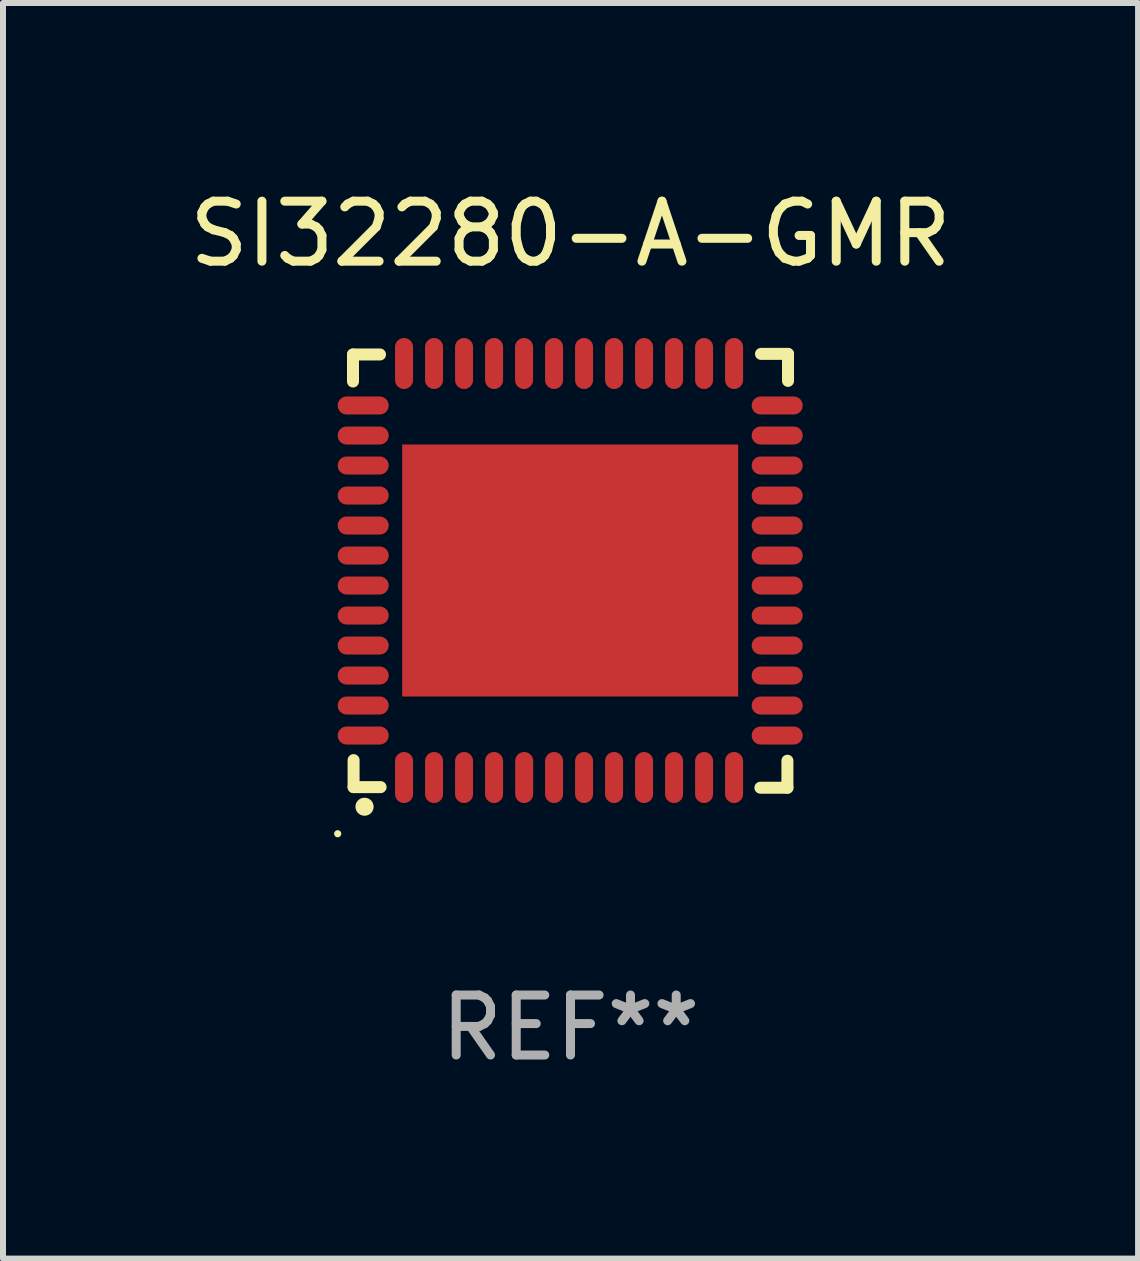
<source format=kicad_pcb>
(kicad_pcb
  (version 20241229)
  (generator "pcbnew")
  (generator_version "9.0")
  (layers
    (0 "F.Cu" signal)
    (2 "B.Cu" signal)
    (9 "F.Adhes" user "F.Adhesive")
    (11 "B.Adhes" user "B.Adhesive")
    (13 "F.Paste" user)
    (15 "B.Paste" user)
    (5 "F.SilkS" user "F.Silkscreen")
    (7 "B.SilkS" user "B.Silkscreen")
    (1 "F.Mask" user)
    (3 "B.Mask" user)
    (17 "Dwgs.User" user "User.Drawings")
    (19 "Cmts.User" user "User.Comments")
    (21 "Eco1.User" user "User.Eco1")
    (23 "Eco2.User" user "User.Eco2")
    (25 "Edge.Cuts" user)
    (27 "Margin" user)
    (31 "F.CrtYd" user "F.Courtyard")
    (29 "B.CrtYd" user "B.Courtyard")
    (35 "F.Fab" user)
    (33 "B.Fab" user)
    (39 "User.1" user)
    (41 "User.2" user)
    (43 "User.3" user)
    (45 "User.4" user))
  (footprint "SI32280-A-GMR"
    (layer "F.Cu")
    (at 6.458 6.463)
    (property "Reference" "SI32280-A-GMR" (at 0 -5.615 0) (layer "F.SilkS") (effects (font (size 1 1) (thickness 0.15))))
    (attr through_hole)
    (fp_line (start -3.625 -3.605) (end -3.175 -3.605) (stroke (width 0.2) (type solid)) (layer "F.SilkS"))
    (fp_line (start -3.625 -3.155) (end -3.625 -3.605) (stroke (width 0.2) (type solid)) (layer "F.SilkS"))
    (fp_line (start -3.615 3.605) (end -3.615 3.155) (stroke (width 0.2) (type solid)) (layer "F.SilkS"))
    (fp_line (start -3.165 3.605) (end -3.615 3.605) (stroke (width 0.2) (type solid)) (layer "F.SilkS"))
    (fp_line (start 3.165 3.615) (end 3.615 3.615) (stroke (width 0.2) (type solid)) (layer "F.SilkS"))
    (fp_line (start 3.615 3.615) (end 3.615 3.165) (stroke (width 0.2) (type solid)) (layer "F.SilkS"))
    (fp_line (start 3.625 -3.615) (end 3.175 -3.615) (stroke (width 0.2) (type solid)) (layer "F.SilkS"))
    (fp_line (start 3.625 -3.165) (end 3.625 -3.615) (stroke (width 0.2) (type solid)) (layer "F.SilkS"))
    (fp_arc (start -3.434011 3.931928) (mid -3.432741 3.931923) (end -3.431471 3.931928) (stroke (width 0.3) (type solid)) (layer "F.SilkS"))
    (fp_circle (center -3.88 4.382) (end -3.85 4.382) (stroke (width 0.06) (type solid)) (fill no) (layer "F.SilkS"))
    (fp_text user "REF**" (at 0 7.615 0) (layer "F.Fab") (effects (font (size 1 1) (thickness 0.15))))
    (pad "1" smd oval (at -2.774 3.445 180) (size 0.3 0.85) (layers "F.Cu" "F.Mask" "F.Paste"))
    (pad "2" smd oval (at -2.274 3.445 180) (size 0.3 0.85) (layers "F.Cu" "F.Mask" "F.Paste"))
    (pad "3" smd oval (at -1.774 3.445 180) (size 0.3 0.85) (layers "F.Cu" "F.Mask" "F.Paste"))
    (pad "4" smd oval (at -1.274 3.445 180) (size 0.3 0.85) (layers "F.Cu" "F.Mask" "F.Paste"))
    (pad "5" smd oval (at -0.772 3.445 180) (size 0.3 0.85) (layers "F.Cu" "F.Mask" "F.Paste"))
    (pad "6" smd oval (at -0.274 3.445 180) (size 0.3 0.85) (layers "F.Cu" "F.Mask" "F.Paste"))
    (pad "7" smd oval (at 0.226 3.445 180) (size 0.3 0.85) (layers "F.Cu" "F.Mask" "F.Paste"))
    (pad "8" smd oval (at 0.726 3.445 180) (size 0.3 0.85) (layers "F.Cu" "F.Mask" "F.Paste"))
    (pad "9" smd oval (at 1.226 3.445 180) (size 0.3 0.85) (layers "F.Cu" "F.Mask" "F.Paste"))
    (pad "10" smd oval (at 1.726 3.445 180) (size 0.3 0.85) (layers "F.Cu" "F.Mask" "F.Paste"))
    (pad "11" smd oval (at 2.226 3.445 180) (size 0.3 0.85) (layers "F.Cu" "F.Mask" "F.Paste"))
    (pad "12" smd oval (at 2.726 3.445 180) (size 0.3 0.85) (layers "F.Cu" "F.Mask" "F.Paste"))
    (pad "13" smd oval (at 3.445 2.745 90) (size 0.3 0.85) (layers "F.Cu" "F.Mask" "F.Paste"))
    (pad "14" smd oval (at 3.445 2.245 90) (size 0.3 0.85) (layers "F.Cu" "F.Mask" "F.Paste"))
    (pad "15" smd oval (at 3.445 1.745 90) (size 0.3 0.85) (layers "F.Cu" "F.Mask" "F.Paste"))
    (pad "16" smd oval (at 3.445 1.245 90) (size 0.3 0.85) (layers "F.Cu" "F.Mask" "F.Paste"))
    (pad "17" smd oval (at 3.445 0.745 90) (size 0.3 0.85) (layers "F.Cu" "F.Mask" "F.Paste"))
    (pad "18" smd oval (at 3.445 0.245 90) (size 0.3 0.85) (layers "F.Cu" "F.Mask" "F.Paste"))
    (pad "19" smd oval (at 3.445 -0.255 90) (size 0.3 0.85) (layers "F.Cu" "F.Mask" "F.Paste"))
    (pad "20" smd oval (at 3.445 -0.755 90) (size 0.3 0.85) (layers "F.Cu" "F.Mask" "F.Paste"))
    (pad "21" smd oval (at 3.445 -1.255 90) (size 0.3 0.85) (layers "F.Cu" "F.Mask" "F.Paste"))
    (pad "22" smd oval (at 3.445 -1.755 90) (size 0.3 0.85) (layers "F.Cu" "F.Mask" "F.Paste"))
    (pad "23" smd oval (at 3.445 -2.255 90) (size 0.3 0.85) (layers "F.Cu" "F.Mask" "F.Paste"))
    (pad "24" smd oval (at 3.445 -2.755 90) (size 0.3 0.85) (layers "F.Cu" "F.Mask" "F.Paste"))
    (pad "25" smd oval (at 2.726 -3.455 180) (size 0.3 0.85) (layers "F.Cu" "F.Mask" "F.Paste"))
    (pad "26" smd oval (at 2.226 -3.455 180) (size 0.3 0.85) (layers "F.Cu" "F.Mask" "F.Paste"))
    (pad "27" smd oval (at 1.726 -3.455 180) (size 0.3 0.85) (layers "F.Cu" "F.Mask" "F.Paste"))
    (pad "28" smd oval (at 1.226 -3.455 180) (size 0.3 0.85) (layers "F.Cu" "F.Mask" "F.Paste"))
    (pad "29" smd oval (at 0.726 -3.455 180) (size 0.3 0.85) (layers "F.Cu" "F.Mask" "F.Paste"))
    (pad "30" smd oval (at 0.226 -3.455 180) (size 0.3 0.85) (layers "F.Cu" "F.Mask" "F.Paste"))
    (pad "31" smd oval (at -0.274 -3.455 180) (size 0.3 0.85) (layers "F.Cu" "F.Mask" "F.Paste"))
    (pad "32" smd oval (at -0.774 -3.455 180) (size 0.3 0.85) (layers "F.Cu" "F.Mask" "F.Paste"))
    (pad "33" smd oval (at -1.274 -3.455 180) (size 0.3 0.85) (layers "F.Cu" "F.Mask" "F.Paste"))
    (pad "34" smd oval (at -1.774 -3.455 180) (size 0.3 0.85) (layers "F.Cu" "F.Mask" "F.Paste"))
    (pad "35" smd oval (at -2.274 -3.455 180) (size 0.3 0.85) (layers "F.Cu" "F.Mask" "F.Paste"))
    (pad "36" smd oval (at -2.774 -3.455 180) (size 0.3 0.85) (layers "F.Cu" "F.Mask" "F.Paste"))
    (pad "37" smd oval (at -3.455 -2.755 90) (size 0.3 0.85) (layers "F.Cu" "F.Mask" "F.Paste"))
    (pad "38" smd oval (at -3.455 -2.255 90) (size 0.3 0.85) (layers "F.Cu" "F.Mask" "F.Paste"))
    (pad "39" smd oval (at -3.455 -1.755 90) (size 0.3 0.85) (layers "F.Cu" "F.Mask" "F.Paste"))
    (pad "40" smd oval (at -3.455 -1.255 90) (size 0.3 0.85) (layers "F.Cu" "F.Mask" "F.Paste"))
    (pad "41" smd oval (at -3.455 -0.755 90) (size 0.3 0.85) (layers "F.Cu" "F.Mask" "F.Paste"))
    (pad "42" smd oval (at -3.455 -0.255 90) (size 0.3 0.85) (layers "F.Cu" "F.Mask" "F.Paste"))
    (pad "43" smd oval (at -3.455 0.245 90) (size 0.3 0.85) (layers "F.Cu" "F.Mask" "F.Paste"))
    (pad "44" smd oval (at -3.455 0.745 90) (size 0.3 0.85) (layers "F.Cu" "F.Mask" "F.Paste"))
    (pad "45" smd oval (at -3.455 1.245 90) (size 0.3 0.85) (layers "F.Cu" "F.Mask" "F.Paste"))
    (pad "46" smd oval (at -3.455 1.745 90) (size 0.3 0.85) (layers "F.Cu" "F.Mask" "F.Paste"))
    (pad "47" smd oval (at -3.455 2.245 90) (size 0.3 0.85) (layers "F.Cu" "F.Mask" "F.Paste"))
    (pad "48" smd oval (at -3.455 2.745 90) (size 0.3 0.85) (layers "F.Cu" "F.Mask" "F.Paste"))
    (pad "49" smd rect (at -0.005 -0.005 180) (size 5.6 4.2) (layers "F.Cu" "F.Mask" "F.Paste")))
  (gr_rect
    (start -3 -3)
    (end 15.917 17.926)
    (stroke (width 0.1) (type default))
    (fill no)
    (layer "Edge.Cuts")))
</source>
